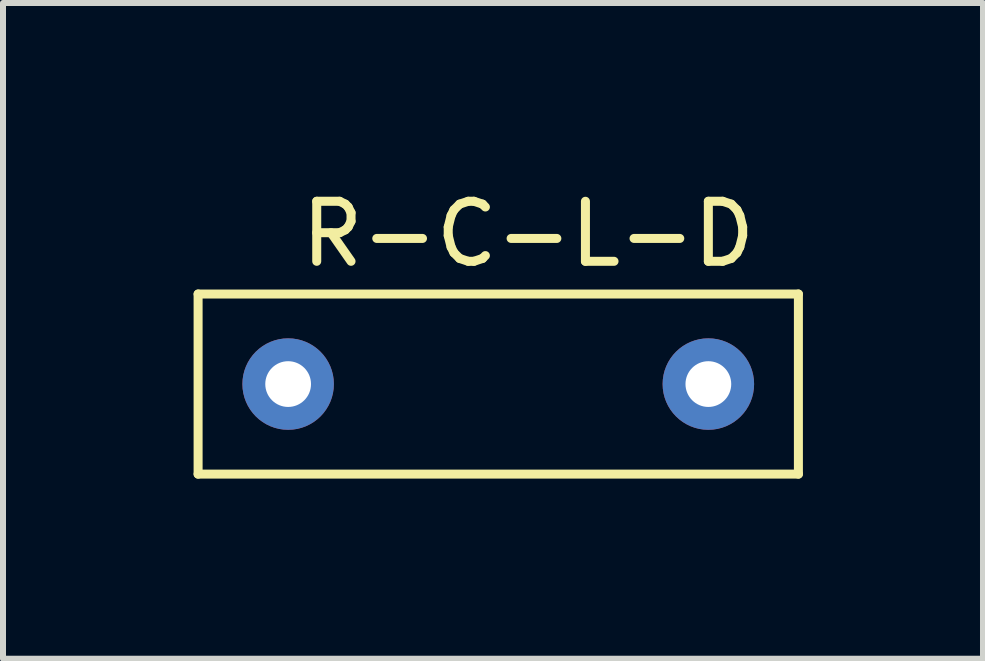
<source format=kicad_pcb>
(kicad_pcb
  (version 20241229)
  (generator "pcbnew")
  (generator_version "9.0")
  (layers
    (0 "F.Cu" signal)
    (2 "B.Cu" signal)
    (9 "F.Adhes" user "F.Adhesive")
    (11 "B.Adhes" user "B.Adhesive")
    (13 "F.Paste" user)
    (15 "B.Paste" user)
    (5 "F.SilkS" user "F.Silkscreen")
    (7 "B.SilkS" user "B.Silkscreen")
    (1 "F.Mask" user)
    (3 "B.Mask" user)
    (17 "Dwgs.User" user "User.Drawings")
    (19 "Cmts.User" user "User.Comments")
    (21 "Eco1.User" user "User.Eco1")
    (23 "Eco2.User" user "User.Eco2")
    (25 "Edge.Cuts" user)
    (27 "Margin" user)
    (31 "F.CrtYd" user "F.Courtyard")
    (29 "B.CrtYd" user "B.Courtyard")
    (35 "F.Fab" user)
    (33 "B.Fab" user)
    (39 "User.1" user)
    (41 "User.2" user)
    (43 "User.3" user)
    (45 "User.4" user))
  (footprint "R-C-L-D"
    (layer "F.Cu")
    (at 0.25 1.848)
    (property "Reference" "R-C-L-D" (at 5.5 -1 0) (layer "F.SilkS") (effects (font (size 1 1) (thickness 0.15))))
    (attr through_hole)
    (fp_line (start 0 0) (end 10 0) (stroke (width 0.15) (type solid)) (layer "F.SilkS"))
    (fp_line (start 0 3) (end 0 0) (stroke (width 0.15) (type solid)) (layer "F.SilkS"))
    (fp_line (start 10 0) (end 10 3) (stroke (width 0.15) (type solid)) (layer "F.SilkS"))
    (fp_line (start 10 3) (end 0 3) (stroke (width 0.15) (type solid)) (layer "F.SilkS"))
    (pad "1" thru_hole circle (at 1.5 1.5) (size 1.524 1.524) (drill 0.762) (layers "*.Cu" "*.Mask"))
    (pad "2" thru_hole circle (at 8.5 1.5) (size 1.524 1.524) (drill 0.762) (layers "*.Cu" "*.Mask")))
  (gr_rect
    (start -3 -3)
    (end 13.325 7.923)
    (stroke (width 0.1) (type default))
    (fill no)
    (layer "Edge.Cuts")))
</source>
